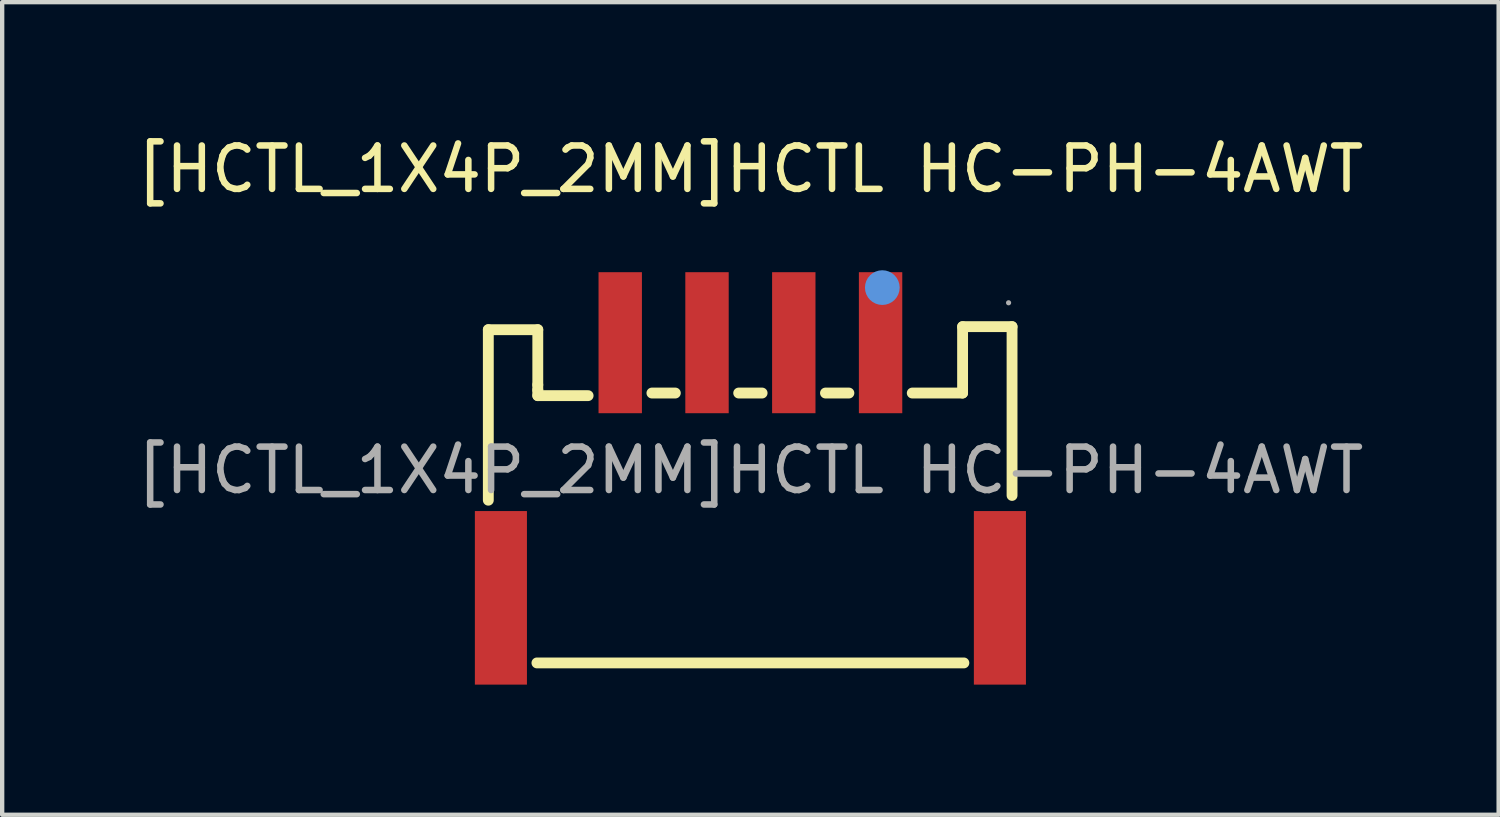
<source format=kicad_pcb>
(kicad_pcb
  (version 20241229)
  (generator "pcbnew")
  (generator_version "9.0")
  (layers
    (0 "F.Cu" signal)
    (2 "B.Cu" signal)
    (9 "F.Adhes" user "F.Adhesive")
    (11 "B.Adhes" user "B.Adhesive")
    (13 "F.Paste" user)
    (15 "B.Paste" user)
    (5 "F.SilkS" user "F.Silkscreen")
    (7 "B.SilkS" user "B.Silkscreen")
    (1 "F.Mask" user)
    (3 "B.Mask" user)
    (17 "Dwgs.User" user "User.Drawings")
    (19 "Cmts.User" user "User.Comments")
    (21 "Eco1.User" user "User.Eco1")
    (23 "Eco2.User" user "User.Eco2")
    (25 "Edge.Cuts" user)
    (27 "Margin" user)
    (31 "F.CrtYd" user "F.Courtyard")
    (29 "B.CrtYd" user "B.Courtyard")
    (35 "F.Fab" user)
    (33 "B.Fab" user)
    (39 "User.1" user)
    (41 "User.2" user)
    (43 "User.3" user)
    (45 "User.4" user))
  (footprint "[HCTL_1X4P_2MM]HCTL HC-PH-4AWT"
    (layer "F.Cu")
    (at 14.244 7.788)
    (property "Reference" "[HCTL_1X4P_2MM]HCTL HC-PH-4AWT" (at 0 -6.94 0) (layer "F.SilkS") (effects (font (size 1 1) (thickness 0.15))))
    (attr smd)
    (fp_line (start -6.04 -3.24) (end -4.9 -3.24) (stroke (width 0.25) (type solid)) (layer "F.SilkS"))
    (fp_line (start -6.04 0.69) (end -6.04 -3.24) (stroke (width 0.25) (type solid)) (layer "F.SilkS"))
    (fp_line (start -4.92 4.44) (end 4.92 4.44) (stroke (width 0.25) (type solid)) (layer "F.SilkS"))
    (fp_line (start -4.9 -3.24) (end -4.9 -1.97) (stroke (width 0.25) (type solid)) (layer "F.SilkS"))
    (fp_line (start -4.9 -1.97) (end -4.9 -1.85) (stroke (width 0.25) (type solid)) (layer "F.SilkS"))
    (fp_line (start -4.9 -1.85) (end -4.9 -1.72) (stroke (width 0.25) (type solid)) (layer "F.SilkS"))
    (fp_line (start -4.9 -1.72) (end -3.74 -1.72) (stroke (width 0.25) (type solid)) (layer "F.SilkS"))
    (fp_line (start -2.27 -1.78) (end -1.73 -1.78) (stroke (width 0.25) (type solid)) (layer "F.SilkS"))
    (fp_line (start -0.27 -1.78) (end 0.27 -1.78) (stroke (width 0.25) (type solid)) (layer "F.SilkS"))
    (fp_line (start 1.73 -1.78) (end 2.27 -1.78) (stroke (width 0.25) (type solid)) (layer "F.SilkS"))
    (fp_line (start 3.73 -1.78) (end 4.89 -1.78) (stroke (width 0.25) (type solid)) (layer "F.SilkS"))
    (fp_line (start 4.89 -3.31) (end 6.03 -3.31) (stroke (width 0.25) (type solid)) (layer "F.SilkS"))
    (fp_line (start 4.89 -1.78) (end 4.89 -3.31) (stroke (width 0.25) (type solid)) (layer "F.SilkS"))
    (fp_line (start 6.03 -3.31) (end 6.03 0.58) (stroke (width 0.25) (type solid)) (layer "F.SilkS"))
    (fp_circle (center 3.04 -4.21) (end 3.24 -4.21) (stroke (width 0.4) (type solid)) (fill no) (layer "Cmts.User"))
    (fp_circle (center 5.95 -3.86) (end 5.98 -3.86) (stroke (width 0.06) (type solid)) (fill no) (layer "F.Fab"))
    (fp_text user "${REFERENCE}" (at 0 0 0) (layer "F.Fab") (effects (font (size 1 1) (thickness 0.15))))
    (pad "1" smd rect (at 3 -2.94 180) (size 1 3.25) (layers "F.Cu" "F.Mask" "F.Paste"))
    (pad "2" smd rect (at 1 -2.94 180) (size 1 3.25) (layers "F.Cu" "F.Mask" "F.Paste"))
    (pad "3" smd rect (at -1 -2.94 180) (size 1 3.25) (layers "F.Cu" "F.Mask" "F.Paste"))
    (pad "4" smd rect (at -3 -2.94 180) (size 1 3.25) (layers "F.Cu" "F.Mask" "F.Paste"))
    (pad "5" smd rect (at 5.75 2.94 180) (size 1.2 4) (layers "F.Cu" "F.Mask" "F.Paste"))
    (pad "6" smd rect (at -5.75 2.94 180) (size 1.2 4) (layers "F.Cu" "F.Mask" "F.Paste")))
  (gr_rect
    (start -3 -3)
    (end 31.488 15.728)
    (stroke (width 0.1) (type default))
    (fill no)
    (layer "Edge.Cuts")))
</source>
